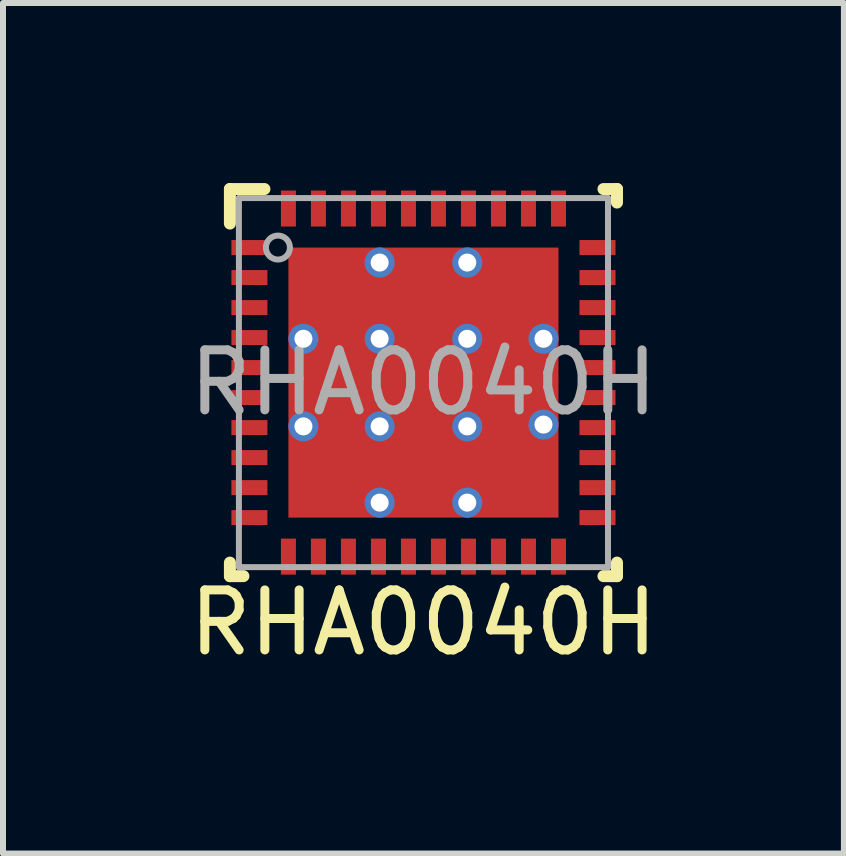
<source format=kicad_pcb>
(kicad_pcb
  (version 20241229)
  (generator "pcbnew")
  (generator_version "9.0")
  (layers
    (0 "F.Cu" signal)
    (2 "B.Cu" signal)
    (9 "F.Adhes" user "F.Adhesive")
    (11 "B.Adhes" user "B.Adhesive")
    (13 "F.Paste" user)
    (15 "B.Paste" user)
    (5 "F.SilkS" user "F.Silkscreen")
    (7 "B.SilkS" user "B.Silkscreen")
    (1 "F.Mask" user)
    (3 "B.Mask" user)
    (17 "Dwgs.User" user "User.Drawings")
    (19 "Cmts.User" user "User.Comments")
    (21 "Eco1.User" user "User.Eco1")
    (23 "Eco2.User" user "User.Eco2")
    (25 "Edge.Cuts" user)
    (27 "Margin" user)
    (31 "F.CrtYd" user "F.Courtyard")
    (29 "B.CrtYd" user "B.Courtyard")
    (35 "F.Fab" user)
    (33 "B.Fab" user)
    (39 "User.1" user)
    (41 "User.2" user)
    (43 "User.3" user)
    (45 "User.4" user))
  (footprint "RHA0040H"
    (layer "F.Cu")
    (at 4.006 3.325)
    (property "Reference" "RHA0040H" (at 0 4 0) (unlocked yes) (layer "F.SilkS") (effects (font (size 1 1) (thickness 0.15))))
    (attr smd)
    (fp_line (start -3.225 -3.225) (end -2.65 -3.225) (stroke (width 0.2) (type solid)) (layer "F.SilkS"))
    (fp_line (start -3.225 -2.65) (end -3.225 -3.225) (stroke (width 0.2) (type solid)) (layer "F.SilkS"))
    (fp_line (start -3.225 3.225) (end -3.225 3) (stroke (width 0.2) (type solid)) (layer "F.SilkS"))
    (fp_line (start -3.225 3.225) (end -3 3.225) (stroke (width 0.2) (type solid)) (layer "F.SilkS"))
    (fp_line (start 3 -3.225) (end 3.225 -3.225) (stroke (width 0.2) (type solid)) (layer "F.SilkS"))
    (fp_line (start 3 3.225) (end 3.225 3.225) (stroke (width 0.2) (type solid)) (layer "F.SilkS"))
    (fp_line (start 3.225 -3) (end 3.225 -3.225) (stroke (width 0.2) (type solid)) (layer "F.SilkS"))
    (fp_line (start 3.225 3.225) (end 3.225 3) (stroke (width 0.2) (type solid)) (layer "F.SilkS"))
    (fp_poly (pts (xy -0.83 -2.04) (xy -0.83 -0.88) (xy -0.831 -0.871) (xy -0.834 -0.861) (xy -0.838 -0.852) (xy -0.845 -0.845) (xy -0.852 -0.838) (xy -0.861 -0.834) (xy -0.871 -0.831) (xy -0.88 -0.83) (xy -2.04 -0.83) (xy -2.049 -0.831) (xy -2.059 -0.834) (xy -2.068 -0.838) (xy -2.075 -0.845) (xy -2.082 -0.852) (xy -2.086 -0.861) (xy -2.089 -0.871) (xy -2.09 -0.88) (xy -2.09 -2.04) (xy -2.089 -2.049) (xy -2.086 -2.059) (xy -2.082 -2.068) (xy -2.075 -2.075) (xy -2.068 -2.082) (xy -2.059 -2.086) (xy -2.049 -2.089) (xy -2.04 -2.09) (xy -0.88 -2.09) (xy -0.871 -2.089) (xy -0.861 -2.086) (xy -0.852 -2.082) (xy -0.845 -2.075) (xy -0.838 -2.068) (xy -0.834 -2.059) (xy -0.831 -2.049)) (stroke (width 0) (type solid)) (fill yes) (layer "F.Paste"))
    (fp_poly (pts (xy -0.83 -0.58) (xy -0.83 0.58) (xy -0.831 0.589) (xy -0.834 0.599) (xy -0.838 0.608) (xy -0.845 0.615) (xy -0.852 0.622) (xy -0.861 0.626) (xy -0.871 0.629) (xy -0.88 0.63) (xy -2.04 0.63) (xy -2.049 0.629) (xy -2.059 0.626) (xy -2.068 0.622) (xy -2.075 0.615) (xy -2.082 0.608) (xy -2.086 0.599) (xy -2.089 0.589) (xy -2.09 0.58) (xy -2.09 -0.58) (xy -2.089 -0.589) (xy -2.086 -0.599) (xy -2.082 -0.608) (xy -2.075 -0.615) (xy -2.068 -0.622) (xy -2.059 -0.626) (xy -2.049 -0.629) (xy -2.04 -0.63) (xy -0.88 -0.63) (xy -0.871 -0.629) (xy -0.861 -0.626) (xy -0.852 -0.622) (xy -0.845 -0.615) (xy -0.838 -0.608) (xy -0.834 -0.599) (xy -0.831 -0.589)) (stroke (width 0) (type solid)) (fill yes) (layer "F.Paste"))
    (fp_poly (pts (xy -0.83 0.88) (xy -0.83 2.04) (xy -0.831 2.049) (xy -0.834 2.059) (xy -0.838 2.068) (xy -0.845 2.075) (xy -0.852 2.082) (xy -0.861 2.086) (xy -0.871 2.089) (xy -0.88 2.09) (xy -2.04 2.09) (xy -2.049 2.089) (xy -2.059 2.086) (xy -2.068 2.082) (xy -2.075 2.075) (xy -2.082 2.068) (xy -2.086 2.059) (xy -2.089 2.049) (xy -2.09 2.04) (xy -2.09 0.88) (xy -2.089 0.871) (xy -2.086 0.861) (xy -2.082 0.852) (xy -2.075 0.845) (xy -2.068 0.838) (xy -2.059 0.834) (xy -2.049 0.831) (xy -2.04 0.83) (xy -0.88 0.83) (xy -0.871 0.831) (xy -0.861 0.834) (xy -0.852 0.838) (xy -0.845 0.845) (xy -0.838 0.852) (xy -0.834 0.861) (xy -0.831 0.871)) (stroke (width 0) (type solid)) (fill yes) (layer "F.Paste"))
    (fp_poly (pts (xy -0.63 -0.88) (xy -0.63 -2.04) (xy -0.629 -2.049) (xy -0.626 -2.059) (xy -0.622 -2.068) (xy -0.615 -2.075) (xy -0.608 -2.082) (xy -0.599 -2.086) (xy -0.589 -2.089) (xy -0.58 -2.09) (xy 0.58 -2.09) (xy 0.589 -2.089) (xy 0.599 -2.086) (xy 0.608 -2.082) (xy 0.615 -2.075) (xy 0.622 -2.068) (xy 0.626 -2.059) (xy 0.629 -2.049) (xy 0.63 -2.04) (xy 0.63 -0.88) (xy 0.629 -0.871) (xy 0.626 -0.861) (xy 0.622 -0.852) (xy 0.615 -0.845) (xy 0.608 -0.838) (xy 0.599 -0.834) (xy 0.589 -0.831) (xy 0.58 -0.83) (xy -0.58 -0.83) (xy -0.589 -0.831) (xy -0.599 -0.834) (xy -0.608 -0.838) (xy -0.615 -0.845) (xy -0.622 -0.852) (xy -0.626 -0.861) (xy -0.629 -0.871)) (stroke (width 0) (type solid)) (fill yes) (layer "F.Paste"))
    (fp_poly (pts (xy -0.63 0.58) (xy -0.63 -0.58) (xy -0.629 -0.589) (xy -0.626 -0.599) (xy -0.622 -0.608) (xy -0.615 -0.615) (xy -0.608 -0.622) (xy -0.599 -0.626) (xy -0.589 -0.629) (xy -0.58 -0.63) (xy 0.58 -0.63) (xy 0.589 -0.629) (xy 0.599 -0.626) (xy 0.608 -0.622) (xy 0.615 -0.615) (xy 0.622 -0.608) (xy 0.626 -0.599) (xy 0.629 -0.589) (xy 0.63 -0.58) (xy 0.63 0.58) (xy 0.629 0.589) (xy 0.626 0.599) (xy 0.622 0.608) (xy 0.615 0.615) (xy 0.608 0.622) (xy 0.599 0.626) (xy 0.589 0.629) (xy 0.58 0.63) (xy -0.58 0.63) (xy -0.589 0.629) (xy -0.599 0.626) (xy -0.608 0.622) (xy -0.615 0.615) (xy -0.622 0.608) (xy -0.626 0.599) (xy -0.629 0.589)) (stroke (width 0) (type solid)) (fill yes) (layer "F.Paste"))
    (fp_poly (pts (xy -0.63 2.04) (xy -0.63 0.88) (xy -0.629 0.871) (xy -0.626 0.861) (xy -0.622 0.852) (xy -0.615 0.845) (xy -0.608 0.838) (xy -0.599 0.834) (xy -0.589 0.831) (xy -0.58 0.83) (xy 0.58 0.83) (xy 0.589 0.831) (xy 0.599 0.834) (xy 0.608 0.838) (xy 0.615 0.845) (xy 0.622 0.852) (xy 0.626 0.861) (xy 0.629 0.871) (xy 0.63 0.88) (xy 0.63 2.04) (xy 0.629 2.049) (xy 0.626 2.059) (xy 0.622 2.068) (xy 0.615 2.075) (xy 0.608 2.082) (xy 0.599 2.086) (xy 0.589 2.089) (xy 0.58 2.09) (xy -0.58 2.09) (xy -0.589 2.089) (xy -0.599 2.086) (xy -0.608 2.082) (xy -0.615 2.075) (xy -0.622 2.068) (xy -0.626 2.059) (xy -0.629 2.049)) (stroke (width 0) (type solid)) (fill yes) (layer "F.Paste"))
    (fp_poly (pts (xy 0.83 -0.88) (xy 0.83 -2.04) (xy 0.831 -2.049) (xy 0.834 -2.059) (xy 0.838 -2.068) (xy 0.845 -2.075) (xy 0.852 -2.082) (xy 0.861 -2.086) (xy 0.871 -2.089) (xy 0.88 -2.09) (xy 2.04 -2.09) (xy 2.049 -2.089) (xy 2.059 -2.086) (xy 2.068 -2.082) (xy 2.075 -2.075) (xy 2.082 -2.068) (xy 2.086 -2.059) (xy 2.089 -2.049) (xy 2.09 -2.04) (xy 2.09 -0.88) (xy 2.089 -0.871) (xy 2.086 -0.861) (xy 2.082 -0.852) (xy 2.075 -0.845) (xy 2.068 -0.838) (xy 2.059 -0.834) (xy 2.049 -0.831) (xy 2.04 -0.83) (xy 0.88 -0.83) (xy 0.871 -0.831) (xy 0.861 -0.834) (xy 0.852 -0.838) (xy 0.845 -0.845) (xy 0.838 -0.852) (xy 0.834 -0.861) (xy 0.831 -0.871)) (stroke (width 0) (type solid)) (fill yes) (layer "F.Paste"))
    (fp_poly (pts (xy 0.83 0.58) (xy 0.83 -0.58) (xy 0.831 -0.589) (xy 0.834 -0.599) (xy 0.838 -0.608) (xy 0.845 -0.615) (xy 0.852 -0.622) (xy 0.861 -0.626) (xy 0.871 -0.629) (xy 0.88 -0.63) (xy 2.04 -0.63) (xy 2.049 -0.629) (xy 2.059 -0.626) (xy 2.068 -0.622) (xy 2.075 -0.615) (xy 2.082 -0.608) (xy 2.086 -0.599) (xy 2.089 -0.589) (xy 2.09 -0.58) (xy 2.09 0.58) (xy 2.089 0.589) (xy 2.086 0.599) (xy 2.082 0.608) (xy 2.075 0.615) (xy 2.068 0.622) (xy 2.059 0.626) (xy 2.049 0.629) (xy 2.04 0.63) (xy 0.88 0.63) (xy 0.871 0.629) (xy 0.861 0.626) (xy 0.852 0.622) (xy 0.845 0.615) (xy 0.838 0.608) (xy 0.834 0.599) (xy 0.831 0.589)) (stroke (width 0) (type solid)) (fill yes) (layer "F.Paste"))
    (fp_poly (pts (xy 0.83 2.04) (xy 0.83 0.88) (xy 0.831 0.871) (xy 0.834 0.861) (xy 0.838 0.852) (xy 0.845 0.845) (xy 0.852 0.838) (xy 0.861 0.834) (xy 0.871 0.831) (xy 0.88 0.83) (xy 2.04 0.83) (xy 2.049 0.831) (xy 2.059 0.834) (xy 2.068 0.838) (xy 2.075 0.845) (xy 2.082 0.852) (xy 2.086 0.861) (xy 2.089 0.871) (xy 2.09 0.88) (xy 2.09 2.04) (xy 2.089 2.049) (xy 2.086 2.059) (xy 2.082 2.068) (xy 2.075 2.075) (xy 2.068 2.082) (xy 2.059 2.086) (xy 2.049 2.089) (xy 2.04 2.09) (xy 0.88 2.09) (xy 0.871 2.089) (xy 0.861 2.086) (xy 0.852 2.082) (xy 0.845 2.075) (xy 0.838 2.068) (xy 0.834 2.059) (xy 0.831 2.049)) (stroke (width 0) (type solid)) (fill yes) (layer "F.Paste"))
    (fp_line (start -3.075 -3.075) (end 3.075 -3.075) (stroke (width 0.1) (type solid)) (layer "F.Fab"))
    (fp_line (start -3.075 3.075) (end -3.075 -3.075) (stroke (width 0.1) (type solid)) (layer "F.Fab"))
    (fp_line (start -3.075 3.075) (end 3.075 3.075) (stroke (width 0.1) (type solid)) (layer "F.Fab"))
    (fp_line (start 3.075 3.075) (end 3.075 -3.075) (stroke (width 0.1) (type solid)) (layer "F.Fab"))
    (fp_circle (center -2.425 -2.25) (end -2.225 -2.25) (stroke (width 0.1) (type solid)) (fill no) (layer "F.Fab"))
    (fp_text user "${REFERENCE}" (at 0 0 0) (unlocked yes) (layer "F.Fab") (effects (font (size 1 1) (thickness 0.15))))
    (pad "1" smd rect (at -2.9 -2.25 90) (size 0.25 0.6) (layers "F.Cu" "F.Mask" "F.Paste"))
    (pad "2" smd rect (at -2.9 -1.75 90) (size 0.25 0.6) (layers "F.Cu" "F.Mask" "F.Paste"))
    (pad "3" smd rect (at -2.9 -1.25 90) (size 0.25 0.6) (layers "F.Cu" "F.Mask" "F.Paste"))
    (pad "4" smd rect (at -2.9 -0.75 90) (size 0.25 0.6) (layers "F.Cu" "F.Mask" "F.Paste"))
    (pad "5" smd rect (at -2.9 -0.25 90) (size 0.25 0.6) (layers "F.Cu" "F.Mask" "F.Paste"))
    (pad "6" smd rect (at -2.9 0.25 90) (size 0.25 0.6) (layers "F.Cu" "F.Mask" "F.Paste"))
    (pad "7" smd rect (at -2.9 0.75 90) (size 0.25 0.6) (layers "F.Cu" "F.Mask" "F.Paste"))
    (pad "8" smd rect (at -2.9 1.25 90) (size 0.25 0.6) (layers "F.Cu" "F.Mask" "F.Paste"))
    (pad "9" smd rect (at -2.9 1.75 90) (size 0.25 0.6) (layers "F.Cu" "F.Mask" "F.Paste"))
    (pad "10" smd rect (at -2.9 2.25 90) (size 0.25 0.6) (layers "F.Cu" "F.Mask" "F.Paste"))
    (pad "11" smd rect (at -2.25 2.9) (size 0.25 0.6) (layers "F.Cu" "F.Mask" "F.Paste"))
    (pad "12" smd rect (at -1.75 2.9) (size 0.25 0.6) (layers "F.Cu" "F.Mask" "F.Paste"))
    (pad "13" smd rect (at -1.25 2.9) (size 0.25 0.6) (layers "F.Cu" "F.Mask" "F.Paste"))
    (pad "14" smd rect (at -0.75 2.9) (size 0.25 0.6) (layers "F.Cu" "F.Mask" "F.Paste"))
    (pad "15" smd rect (at -0.25 2.9) (size 0.25 0.6) (layers "F.Cu" "F.Mask" "F.Paste"))
    (pad "16" smd rect (at 0.25 2.9) (size 0.25 0.6) (layers "F.Cu" "F.Mask" "F.Paste"))
    (pad "17" smd rect (at 0.75 2.9) (size 0.25 0.6) (layers "F.Cu" "F.Mask" "F.Paste"))
    (pad "18" smd rect (at 1.25 2.9) (size 0.25 0.6) (layers "F.Cu" "F.Mask" "F.Paste"))
    (pad "19" smd rect (at 1.75 2.9) (size 0.25 0.6) (layers "F.Cu" "F.Mask" "F.Paste"))
    (pad "20" smd rect (at 2.25 2.9) (size 0.25 0.6) (layers "F.Cu" "F.Mask" "F.Paste"))
    (pad "21" smd rect (at 2.9 2.25 90) (size 0.25 0.6) (layers "F.Cu" "F.Mask" "F.Paste"))
    (pad "22" smd rect (at 2.9 1.75 90) (size 0.25 0.6) (layers "F.Cu" "F.Mask" "F.Paste"))
    (pad "23" smd rect (at 2.9 1.25 90) (size 0.25 0.6) (layers "F.Cu" "F.Mask" "F.Paste"))
    (pad "24" smd rect (at 2.9 0.75 90) (size 0.25 0.6) (layers "F.Cu" "F.Mask" "F.Paste"))
    (pad "25" smd rect (at 2.9 0.25 90) (size 0.25 0.6) (layers "F.Cu" "F.Mask" "F.Paste"))
    (pad "26" smd rect (at 2.9 -0.25 90) (size 0.25 0.6) (layers "F.Cu" "F.Mask" "F.Paste"))
    (pad "27" smd rect (at 2.9 -0.75 90) (size 0.25 0.6) (layers "F.Cu" "F.Mask" "F.Paste"))
    (pad "28" smd rect (at 2.9 -1.25 90) (size 0.25 0.6) (layers "F.Cu" "F.Mask" "F.Paste"))
    (pad "29" smd rect (at 2.9 -1.75 90) (size 0.25 0.6) (layers "F.Cu" "F.Mask" "F.Paste"))
    (pad "30" smd rect (at 2.9 -2.25 90) (size 0.25 0.6) (layers "F.Cu" "F.Mask" "F.Paste"))
    (pad "31" smd rect (at 2.25 -2.9) (size 0.25 0.6) (layers "F.Cu" "F.Mask" "F.Paste"))
    (pad "32" smd rect (at 1.75 -2.9) (size 0.25 0.6) (layers "F.Cu" "F.Mask" "F.Paste"))
    (pad "33" smd rect (at 1.25 -2.9) (size 0.25 0.6) (layers "F.Cu" "F.Mask" "F.Paste"))
    (pad "34" smd rect (at 0.75 -2.9) (size 0.25 0.6) (layers "F.Cu" "F.Mask" "F.Paste"))
    (pad "35" smd rect (at 0.25 -2.9) (size 0.25 0.6) (layers "F.Cu" "F.Mask" "F.Paste"))
    (pad "36" smd rect (at -0.25 -2.9) (size 0.25 0.6) (layers "F.Cu" "F.Mask" "F.Paste"))
    (pad "37" smd rect (at -0.75 -2.9) (size 0.25 0.6) (layers "F.Cu" "F.Mask" "F.Paste"))
    (pad "38" smd rect (at -1.25 -2.9) (size 0.25 0.6) (layers "F.Cu" "F.Mask" "F.Paste"))
    (pad "39" smd rect (at -1.75 -2.9) (size 0.25 0.6) (layers "F.Cu" "F.Mask" "F.Paste"))
    (pad "40" smd rect (at -2.25 -2.9) (size 0.25 0.6) (layers "F.Cu" "F.Mask" "F.Paste"))
    (pad "41" thru_hole circle (at -2 -0.73) (size 0.5 0.5) (drill 0.3) (layers "*.Cu" "*.Mask"))
    (pad "41" thru_hole circle (at -2 0.73) (size 0.5 0.5) (drill 0.3) (layers "*.Cu" "*.Mask"))
    (pad "41" thru_hole circle (at -0.73 -2) (size 0.5 0.5) (drill 0.3) (layers "*.Cu" "*.Mask"))
    (pad "41" thru_hole circle (at -0.73 -0.73) (size 0.5 0.5) (drill 0.3) (layers "*.Cu" "*.Mask"))
    (pad "41" thru_hole circle (at -0.73 0.73 180) (size 0.5 0.5) (drill 0.3) (layers "*.Cu" "*.Mask"))
    (pad "41" thru_hole circle (at -0.73 2) (size 0.5 0.5) (drill 0.3) (layers "*.Cu" "*.Mask"))
    (pad "41" smd rect (at 0 -0.000003) (size 4.5 4.5) (layers "F.Cu" "F.Mask"))
    (pad "41" thru_hole circle (at 0.73 -2) (size 0.5 0.5) (drill 0.3) (layers "*.Cu" "*.Mask"))
    (pad "41" thru_hole circle (at 0.73 -0.73) (size 0.5 0.5) (drill 0.3) (layers "*.Cu" "*.Mask"))
    (pad "41" thru_hole circle (at 0.73 0.73 180) (size 0.5 0.5) (drill 0.3) (layers "*.Cu" "*.Mask"))
    (pad "41" thru_hole circle (at 0.73 2 180) (size 0.5 0.5) (drill 0.3) (layers "*.Cu" "*.Mask"))
    (pad "41" thru_hole circle (at 2 -0.73) (size 0.5 0.5) (drill 0.3) (layers "*.Cu" "*.Mask"))
    (pad "41" thru_hole circle (at 2 0.7 180) (size 0.5 0.5) (drill 0.3) (layers "*.Cu" "*.Mask")))
  (gr_rect
    (start -3 -3)
    (end 11.012 11.173)
    (stroke (width 0.1) (type default))
    (fill no)
    (layer "Edge.Cuts")))
</source>
